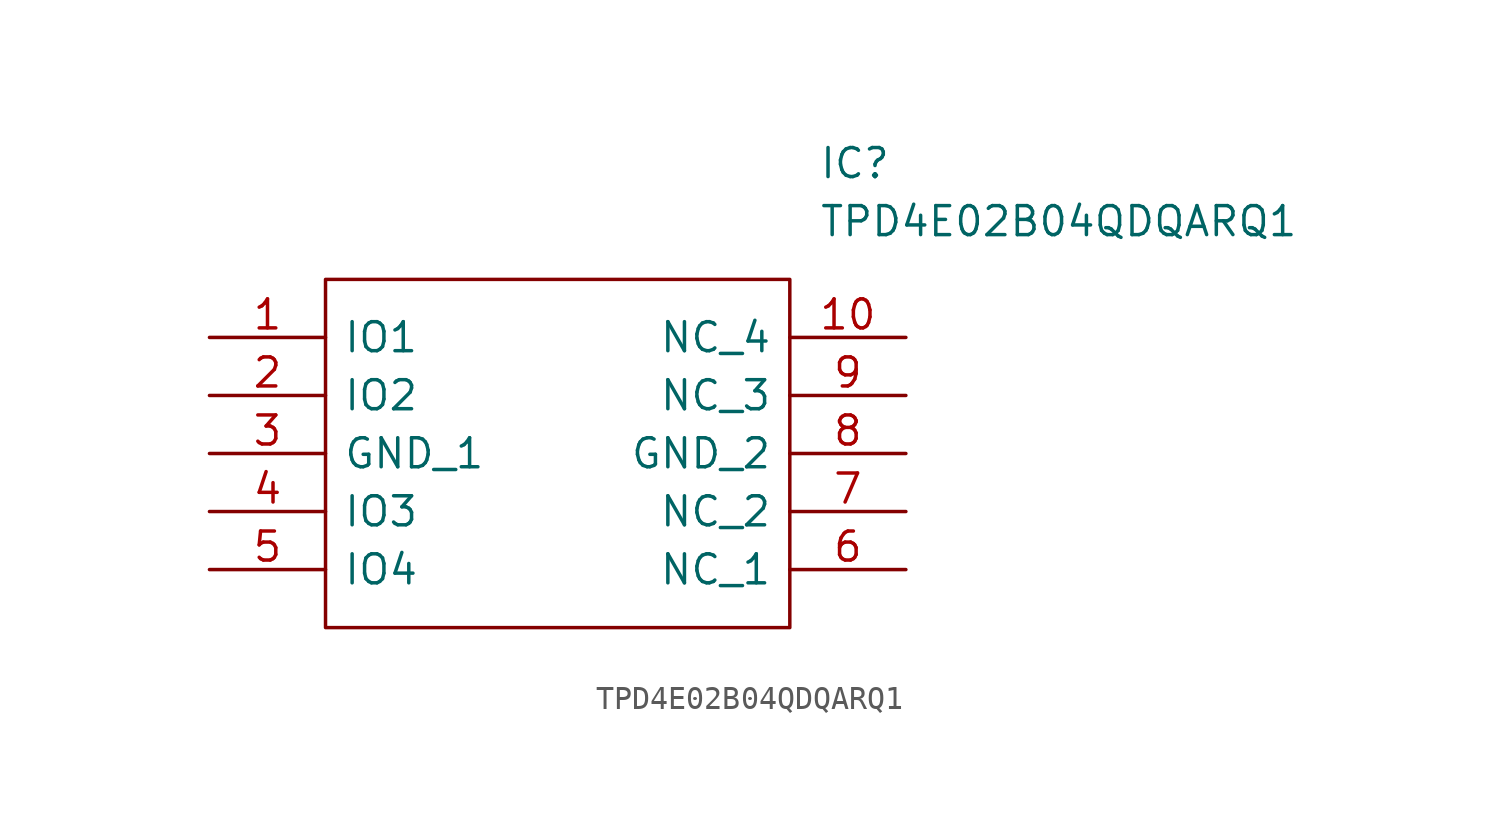
<source format=kicad_sym>
(kicad_symbol_lib
  (version 20211014)
  (generator kicad_symbol_editor)
  (symbol "TPD4E02B04QDQARQ1"
    (pin_names
      (offset 0.762))
    (property "Reference" "IC"
      (at 26.67 7.62 0)
      (effects (font (size 1.27 1.27)) (justify left)))
    (property "Value" "TPD4E02B04QDQARQ1"
      (at 26.67 5.08 0)
      (effects (font (size 1.27 1.27)) (justify left)))
    (symbol "TPD4E02B04QDQARQ1_0_0"
      (pin passive line (at 0 0 0) (length 5.08) (name "IO1" (effects (font (size 1.27 1.27)))) (number "1" (effects (font (size 1.27 1.27)))))
      (pin passive line (at 30.48 0 180) (length 5.08) (name "NC_4" (effects (font (size 1.27 1.27)))) (number "10" (effects (font (size 1.27 1.27)))))
      (pin passive line (at 0 -2.54 0) (length 5.08) (name "IO2" (effects (font (size 1.27 1.27)))) (number "2" (effects (font (size 1.27 1.27)))))
      (pin passive line (at 0 -5.08 0) (length 5.08) (name "GND_1" (effects (font (size 1.27 1.27)))) (number "3" (effects (font (size 1.27 1.27)))))
      (pin passive line (at 0 -7.62 0) (length 5.08) (name "IO3" (effects (font (size 1.27 1.27)))) (number "4" (effects (font (size 1.27 1.27)))))
      (pin passive line (at 0 -10.16 0) (length 5.08) (name "IO4" (effects (font (size 1.27 1.27)))) (number "5" (effects (font (size 1.27 1.27)))))
      (pin passive line (at 30.48 -10.16 180) (length 5.08) (name "NC_1" (effects (font (size 1.27 1.27)))) (number "6" (effects (font (size 1.27 1.27)))))
      (pin passive line (at 30.48 -7.62 180) (length 5.08) (name "NC_2" (effects (font (size 1.27 1.27)))) (number "7" (effects (font (size 1.27 1.27)))))
      (pin passive line (at 30.48 -5.08 180) (length 5.08) (name "GND_2" (effects (font (size 1.27 1.27)))) (number "8" (effects (font (size 1.27 1.27)))))
      (pin passive line (at 30.48 -2.54 180) (length 5.08) (name "NC_3" (effects (font (size 1.27 1.27)))) (number "9" (effects (font (size 1.27 1.27))))))
    (symbol "TPD4E02B04QDQARQ1_0_1"
      (polyline (pts (xy 5.08 2.54) (xy 25.4 2.54) (xy 25.4 -12.7) (xy 5.08 -12.7) (xy 5.08 2.54)) (stroke (width 0.152) (type default) (color 0 0 0 0)) (fill (type none))))))
</source>
